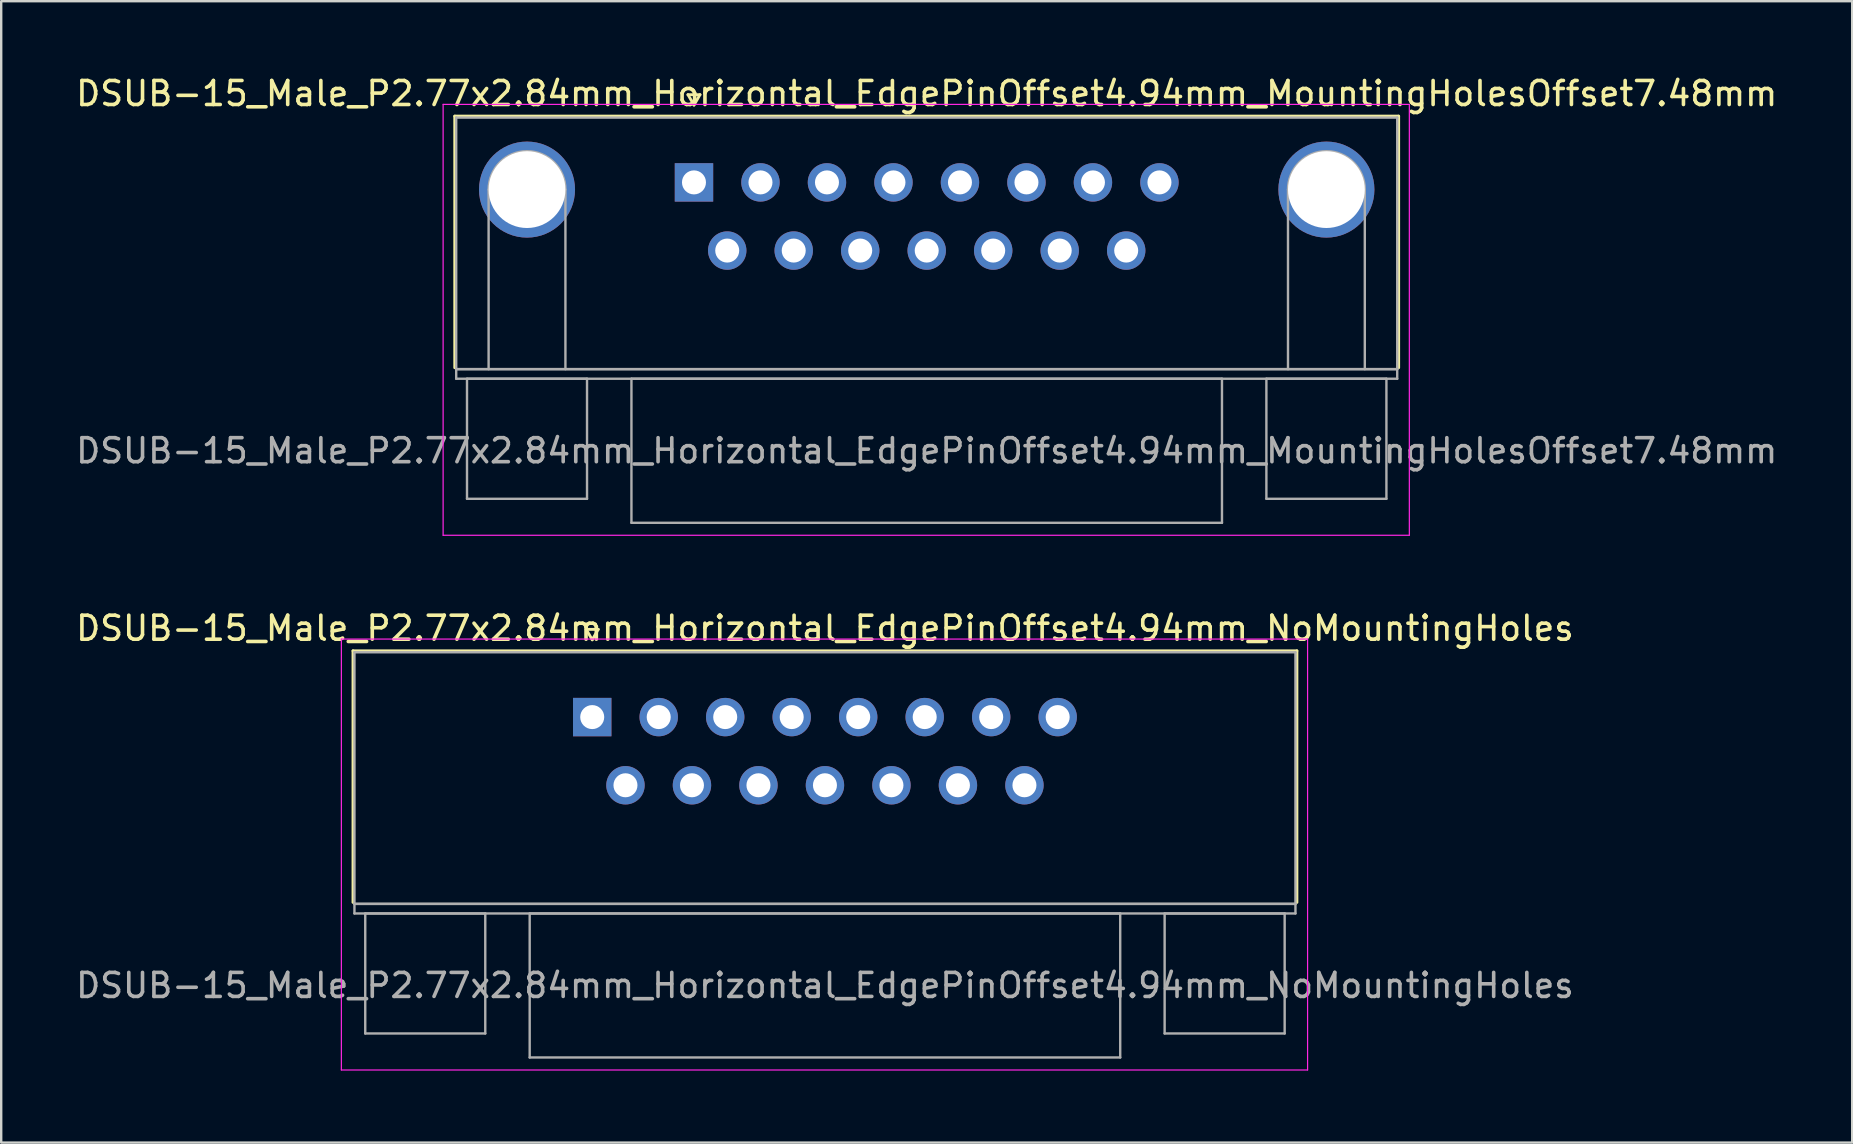
<source format=kicad_pcb>
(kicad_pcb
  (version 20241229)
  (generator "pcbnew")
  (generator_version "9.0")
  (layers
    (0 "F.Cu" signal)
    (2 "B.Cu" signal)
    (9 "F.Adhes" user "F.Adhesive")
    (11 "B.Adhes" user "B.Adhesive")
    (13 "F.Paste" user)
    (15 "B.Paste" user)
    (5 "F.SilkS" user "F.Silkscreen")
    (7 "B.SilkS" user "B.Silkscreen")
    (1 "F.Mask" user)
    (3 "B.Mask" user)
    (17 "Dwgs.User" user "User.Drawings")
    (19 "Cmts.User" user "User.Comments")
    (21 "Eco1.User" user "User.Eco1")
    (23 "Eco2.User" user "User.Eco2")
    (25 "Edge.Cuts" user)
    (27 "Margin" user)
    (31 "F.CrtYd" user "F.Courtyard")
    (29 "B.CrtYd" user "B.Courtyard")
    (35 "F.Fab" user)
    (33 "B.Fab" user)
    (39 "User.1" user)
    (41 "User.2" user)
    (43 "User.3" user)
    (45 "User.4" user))
  (footprint "DSUB-15_Male_P2.77x2.84mm_Horizontal_EdgePinOffset4.94mm_MountingHolesOffset7.48mm"
    (layer "F.Cu")
    (at 25.859 4.548)
    (property "Reference" "DSUB-15_Male_P2.77x2.84mm_Horizontal_EdgePinOffset4.94mm_MountingHolesOffset7.48mm" (at 9.695 -3.7 0) (layer "F.SilkS") (effects (font (size 1 1) (thickness 0.15))))
    (attr through_hole)
    (fp_line (start -9.965 -2.76) (end 29.355 -2.76) (stroke (width 0.12) (type solid)) (layer "F.SilkS"))
    (fp_line (start -9.965 7.72) (end -9.965 -2.76) (stroke (width 0.12) (type solid)) (layer "F.SilkS"))
    (fp_line (start -0.25 -3.654) (end 0.25 -3.654) (stroke (width 0.12) (type solid)) (layer "F.SilkS"))
    (fp_line (start 0 -3.221) (end -0.25 -3.654) (stroke (width 0.12) (type solid)) (layer "F.SilkS"))
    (fp_line (start 0.25 -3.654) (end 0 -3.221) (stroke (width 0.12) (type solid)) (layer "F.SilkS"))
    (fp_line (start 29.355 -2.76) (end 29.355 7.72) (stroke (width 0.12) (type solid)) (layer "F.SilkS"))
    (fp_line (start -10.45 -3.25) (end -10.45 14.7) (stroke (width 0.05) (type solid)) (layer "F.CrtYd"))
    (fp_line (start -10.45 14.7) (end 29.8 14.7) (stroke (width 0.05) (type solid)) (layer "F.CrtYd"))
    (fp_line (start 29.8 -3.25) (end -10.45 -3.25) (stroke (width 0.05) (type solid)) (layer "F.CrtYd"))
    (fp_line (start 29.8 14.7) (end 29.8 -3.25) (stroke (width 0.05) (type solid)) (layer "F.CrtYd"))
    (fp_line (start -9.905 -2.7) (end -9.905 7.78) (stroke (width 0.1) (type solid)) (layer "F.Fab"))
    (fp_line (start -9.905 7.78) (end -9.905 8.18) (stroke (width 0.1) (type solid)) (layer "F.Fab"))
    (fp_line (start -9.905 7.78) (end 29.295 7.78) (stroke (width 0.1) (type solid)) (layer "F.Fab"))
    (fp_line (start -9.905 8.18) (end 29.295 8.18) (stroke (width 0.1) (type solid)) (layer "F.Fab"))
    (fp_line (start -9.455 8.18) (end -9.455 13.18) (stroke (width 0.1) (type solid)) (layer "F.Fab"))
    (fp_line (start -9.455 13.18) (end -4.455 13.18) (stroke (width 0.1) (type solid)) (layer "F.Fab"))
    (fp_line (start -8.555 7.78) (end -8.555 0.3) (stroke (width 0.1) (type solid)) (layer "F.Fab"))
    (fp_line (start -5.355 7.78) (end -5.355 0.3) (stroke (width 0.1) (type solid)) (layer "F.Fab"))
    (fp_line (start -4.455 8.18) (end -9.455 8.18) (stroke (width 0.1) (type solid)) (layer "F.Fab"))
    (fp_line (start -4.455 13.18) (end -4.455 8.18) (stroke (width 0.1) (type solid)) (layer "F.Fab"))
    (fp_line (start -2.605 8.18) (end -2.605 14.18) (stroke (width 0.1) (type solid)) (layer "F.Fab"))
    (fp_line (start -2.605 14.18) (end 21.995 14.18) (stroke (width 0.1) (type solid)) (layer "F.Fab"))
    (fp_line (start 21.995 8.18) (end -2.605 8.18) (stroke (width 0.1) (type solid)) (layer "F.Fab"))
    (fp_line (start 21.995 14.18) (end 21.995 8.18) (stroke (width 0.1) (type solid)) (layer "F.Fab"))
    (fp_line (start 23.845 8.18) (end 23.845 13.18) (stroke (width 0.1) (type solid)) (layer "F.Fab"))
    (fp_line (start 23.845 13.18) (end 28.845 13.18) (stroke (width 0.1) (type solid)) (layer "F.Fab"))
    (fp_line (start 24.745 7.78) (end 24.745 0.3) (stroke (width 0.1) (type solid)) (layer "F.Fab"))
    (fp_line (start 27.945 7.78) (end 27.945 0.3) (stroke (width 0.1) (type solid)) (layer "F.Fab"))
    (fp_line (start 28.845 8.18) (end 23.845 8.18) (stroke (width 0.1) (type solid)) (layer "F.Fab"))
    (fp_line (start 28.845 13.18) (end 28.845 8.18) (stroke (width 0.1) (type solid)) (layer "F.Fab"))
    (fp_line (start 29.295 -2.7) (end -9.905 -2.7) (stroke (width 0.1) (type solid)) (layer "F.Fab"))
    (fp_line (start 29.295 7.78) (end -9.905 7.78) (stroke (width 0.1) (type solid)) (layer "F.Fab"))
    (fp_line (start 29.295 7.78) (end 29.295 -2.7) (stroke (width 0.1) (type solid)) (layer "F.Fab"))
    (fp_line (start 29.295 8.18) (end 29.295 7.78) (stroke (width 0.1) (type solid)) (layer "F.Fab"))
    (fp_arc (start -8.555 0.3) (mid -6.955 -1.3) (end -5.355 0.3) (stroke (width 0.1) (type solid)) (layer "F.Fab"))
    (fp_arc (start 24.745 0.3) (mid 26.345 -1.3) (end 27.945 0.3) (stroke (width 0.1) (type solid)) (layer "F.Fab"))
    (fp_text user "${REFERENCE}" (at 9.695 11.18 0) (layer "F.Fab") (effects (font (size 1 1) (thickness 0.15))))
    (pad "0" thru_hole circle (at -6.955 0.3) (size 4 4) (drill 3.2) (layers "*.Cu" "*.Mask"))
    (pad "0" thru_hole circle (at 26.345 0.3) (size 4 4) (drill 3.2) (layers "*.Cu" "*.Mask"))
    (pad "1" thru_hole rect (at 0 0) (size 1.6 1.6) (drill 1) (layers "*.Cu" "*.Mask"))
    (pad "2" thru_hole circle (at 2.77 0) (size 1.6 1.6) (drill 1) (layers "*.Cu" "*.Mask"))
    (pad "3" thru_hole circle (at 5.54 0) (size 1.6 1.6) (drill 1) (layers "*.Cu" "*.Mask"))
    (pad "4" thru_hole circle (at 8.31 0) (size 1.6 1.6) (drill 1) (layers "*.Cu" "*.Mask"))
    (pad "5" thru_hole circle (at 11.08 0) (size 1.6 1.6) (drill 1) (layers "*.Cu" "*.Mask"))
    (pad "6" thru_hole circle (at 13.85 0) (size 1.6 1.6) (drill 1) (layers "*.Cu" "*.Mask"))
    (pad "7" thru_hole circle (at 16.62 0) (size 1.6 1.6) (drill 1) (layers "*.Cu" "*.Mask"))
    (pad "8" thru_hole circle (at 19.39 0) (size 1.6 1.6) (drill 1) (layers "*.Cu" "*.Mask"))
    (pad "9" thru_hole circle (at 1.385 2.84) (size 1.6 1.6) (drill 1) (layers "*.Cu" "*.Mask"))
    (pad "10" thru_hole circle (at 4.155 2.84) (size 1.6 1.6) (drill 1) (layers "*.Cu" "*.Mask"))
    (pad "11" thru_hole circle (at 6.925 2.84) (size 1.6 1.6) (drill 1) (layers "*.Cu" "*.Mask"))
    (pad "12" thru_hole circle (at 9.695 2.84) (size 1.6 1.6) (drill 1) (layers "*.Cu" "*.Mask"))
    (pad "13" thru_hole circle (at 12.465 2.84) (size 1.6 1.6) (drill 1) (layers "*.Cu" "*.Mask"))
    (pad "14" thru_hole circle (at 15.235 2.84) (size 1.6 1.6) (drill 1) (layers "*.Cu" "*.Mask"))
    (pad "15" thru_hole circle (at 18.005 2.84) (size 1.6 1.6) (drill 1) (layers "*.Cu" "*.Mask")))
  (footprint "DSUB-15_Male_P2.77x2.84mm_Horizontal_EdgePinOffset4.94mm_NoMountingHoles"
    (layer "F.Cu")
    (at 21.62 26.822)
    (property "Reference" "DSUB-15_Male_P2.77x2.84mm_Horizontal_EdgePinOffset4.94mm_NoMountingHoles" (at 9.695 -3.7 0) (layer "F.SilkS") (effects (font (size 1 1) (thickness 0.15))))
    (attr through_hole)
    (fp_line (start -9.965 -2.76) (end 29.355 -2.76) (stroke (width 0.12) (type solid)) (layer "F.SilkS"))
    (fp_line (start -9.965 7.72) (end -9.965 -2.76) (stroke (width 0.12) (type solid)) (layer "F.SilkS"))
    (fp_line (start -0.25 -3.654) (end 0.25 -3.654) (stroke (width 0.12) (type solid)) (layer "F.SilkS"))
    (fp_line (start 0 -3.221) (end -0.25 -3.654) (stroke (width 0.12) (type solid)) (layer "F.SilkS"))
    (fp_line (start 0.25 -3.654) (end 0 -3.221) (stroke (width 0.12) (type solid)) (layer "F.SilkS"))
    (fp_line (start 29.355 -2.76) (end 29.355 7.72) (stroke (width 0.12) (type solid)) (layer "F.SilkS"))
    (fp_line (start -10.45 -3.25) (end -10.45 14.7) (stroke (width 0.05) (type solid)) (layer "F.CrtYd"))
    (fp_line (start -10.45 14.7) (end 29.8 14.7) (stroke (width 0.05) (type solid)) (layer "F.CrtYd"))
    (fp_line (start 29.8 -3.25) (end -10.45 -3.25) (stroke (width 0.05) (type solid)) (layer "F.CrtYd"))
    (fp_line (start 29.8 14.7) (end 29.8 -3.25) (stroke (width 0.05) (type solid)) (layer "F.CrtYd"))
    (fp_line (start -9.905 -2.7) (end -9.905 7.78) (stroke (width 0.1) (type solid)) (layer "F.Fab"))
    (fp_line (start -9.905 7.78) (end -9.905 8.18) (stroke (width 0.1) (type solid)) (layer "F.Fab"))
    (fp_line (start -9.905 7.78) (end 29.295 7.78) (stroke (width 0.1) (type solid)) (layer "F.Fab"))
    (fp_line (start -9.905 8.18) (end 29.295 8.18) (stroke (width 0.1) (type solid)) (layer "F.Fab"))
    (fp_line (start -9.455 8.18) (end -9.455 13.18) (stroke (width 0.1) (type solid)) (layer "F.Fab"))
    (fp_line (start -9.455 13.18) (end -4.455 13.18) (stroke (width 0.1) (type solid)) (layer "F.Fab"))
    (fp_line (start -4.455 8.18) (end -9.455 8.18) (stroke (width 0.1) (type solid)) (layer "F.Fab"))
    (fp_line (start -4.455 13.18) (end -4.455 8.18) (stroke (width 0.1) (type solid)) (layer "F.Fab"))
    (fp_line (start -2.605 8.18) (end -2.605 14.18) (stroke (width 0.1) (type solid)) (layer "F.Fab"))
    (fp_line (start -2.605 14.18) (end 21.995 14.18) (stroke (width 0.1) (type solid)) (layer "F.Fab"))
    (fp_line (start 21.995 8.18) (end -2.605 8.18) (stroke (width 0.1) (type solid)) (layer "F.Fab"))
    (fp_line (start 21.995 14.18) (end 21.995 8.18) (stroke (width 0.1) (type solid)) (layer "F.Fab"))
    (fp_line (start 23.845 8.18) (end 23.845 13.18) (stroke (width 0.1) (type solid)) (layer "F.Fab"))
    (fp_line (start 23.845 13.18) (end 28.845 13.18) (stroke (width 0.1) (type solid)) (layer "F.Fab"))
    (fp_line (start 28.845 8.18) (end 23.845 8.18) (stroke (width 0.1) (type solid)) (layer "F.Fab"))
    (fp_line (start 28.845 13.18) (end 28.845 8.18) (stroke (width 0.1) (type solid)) (layer "F.Fab"))
    (fp_line (start 29.295 -2.7) (end -9.905 -2.7) (stroke (width 0.1) (type solid)) (layer "F.Fab"))
    (fp_line (start 29.295 7.78) (end -9.905 7.78) (stroke (width 0.1) (type solid)) (layer "F.Fab"))
    (fp_line (start 29.295 7.78) (end 29.295 -2.7) (stroke (width 0.1) (type solid)) (layer "F.Fab"))
    (fp_line (start 29.295 8.18) (end 29.295 7.78) (stroke (width 0.1) (type solid)) (layer "F.Fab"))
    (fp_text user "${REFERENCE}" (at 9.695 11.18 0) (layer "F.Fab") (effects (font (size 1 1) (thickness 0.15))))
    (pad "1" thru_hole rect (at 0 0) (size 1.6 1.6) (drill 1) (layers "*.Cu" "*.Mask"))
    (pad "2" thru_hole circle (at 2.77 0) (size 1.6 1.6) (drill 1) (layers "*.Cu" "*.Mask"))
    (pad "3" thru_hole circle (at 5.54 0) (size 1.6 1.6) (drill 1) (layers "*.Cu" "*.Mask"))
    (pad "4" thru_hole circle (at 8.31 0) (size 1.6 1.6) (drill 1) (layers "*.Cu" "*.Mask"))
    (pad "5" thru_hole circle (at 11.08 0) (size 1.6 1.6) (drill 1) (layers "*.Cu" "*.Mask"))
    (pad "6" thru_hole circle (at 13.85 0) (size 1.6 1.6) (drill 1) (layers "*.Cu" "*.Mask"))
    (pad "7" thru_hole circle (at 16.62 0) (size 1.6 1.6) (drill 1) (layers "*.Cu" "*.Mask"))
    (pad "8" thru_hole circle (at 19.39 0) (size 1.6 1.6) (drill 1) (layers "*.Cu" "*.Mask"))
    (pad "9" thru_hole circle (at 1.385 2.84) (size 1.6 1.6) (drill 1) (layers "*.Cu" "*.Mask"))
    (pad "10" thru_hole circle (at 4.155 2.84) (size 1.6 1.6) (drill 1) (layers "*.Cu" "*.Mask"))
    (pad "11" thru_hole circle (at 6.925 2.84) (size 1.6 1.6) (drill 1) (layers "*.Cu" "*.Mask"))
    (pad "12" thru_hole circle (at 9.695 2.84) (size 1.6 1.6) (drill 1) (layers "*.Cu" "*.Mask"))
    (pad "13" thru_hole circle (at 12.465 2.84) (size 1.6 1.6) (drill 1) (layers "*.Cu" "*.Mask"))
    (pad "14" thru_hole circle (at 15.235 2.84) (size 1.6 1.6) (drill 1) (layers "*.Cu" "*.Mask"))
    (pad "15" thru_hole circle (at 18.005 2.84) (size 1.6 1.6) (drill 1) (layers "*.Cu" "*.Mask")))
  (gr_rect
    (start -3 -3)
    (end 74.107 44.547)
    (stroke (width 0.1) (type default))
    (fill no)
    (layer "Edge.Cuts")))
</source>
